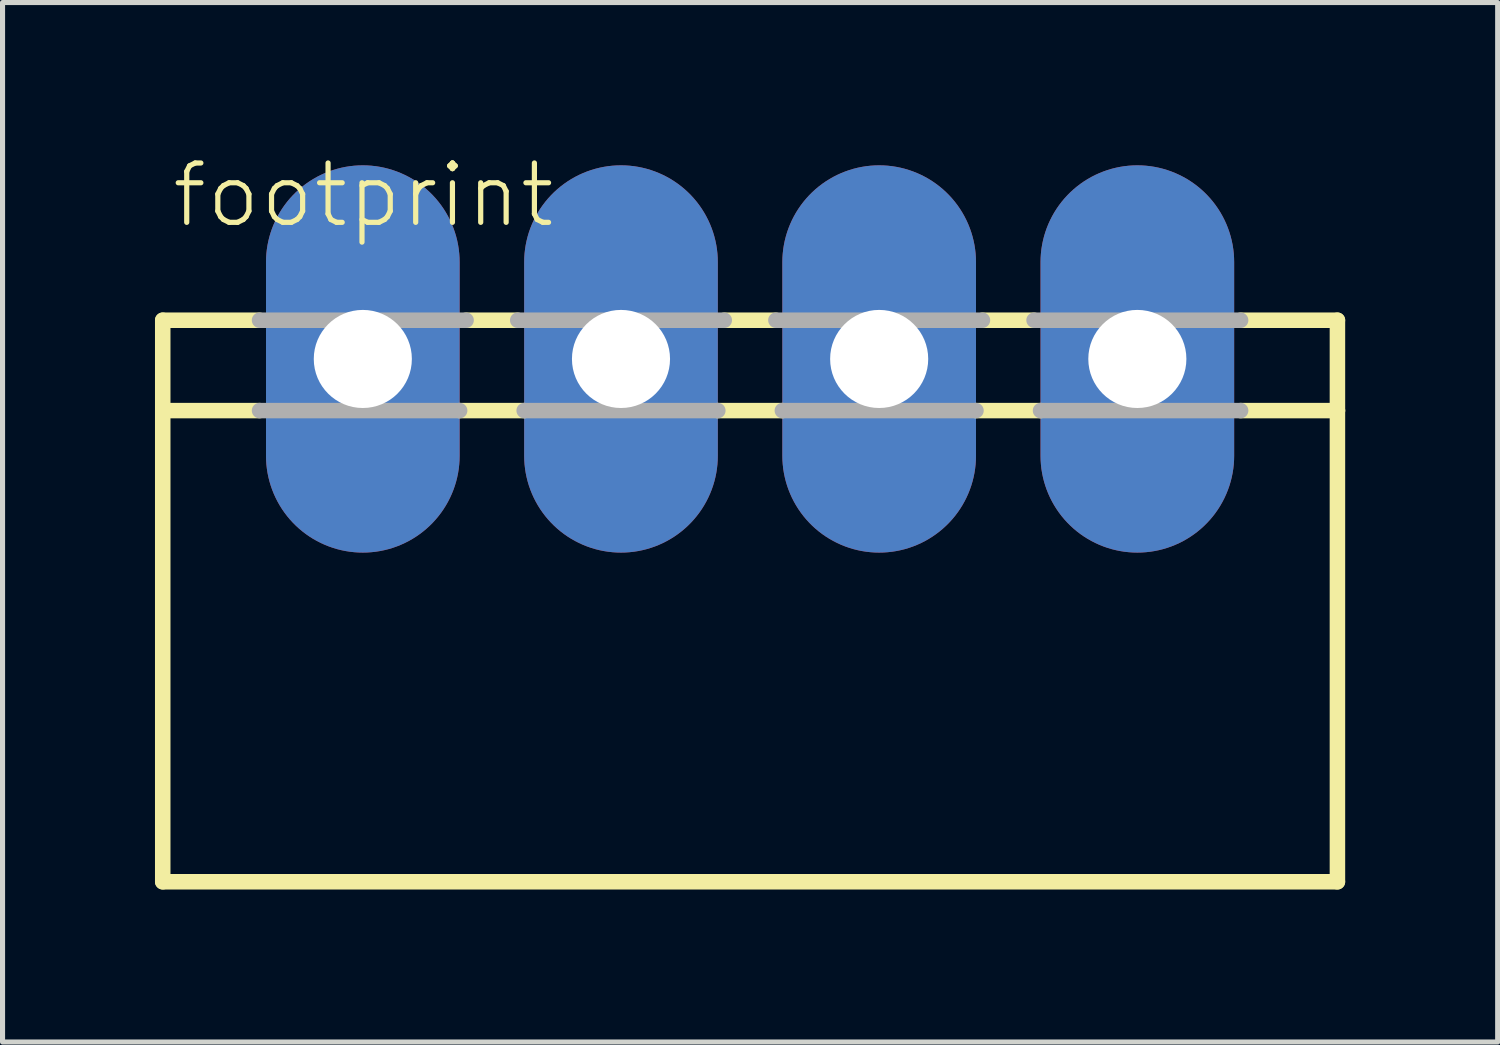
<source format=kicad_pcb>
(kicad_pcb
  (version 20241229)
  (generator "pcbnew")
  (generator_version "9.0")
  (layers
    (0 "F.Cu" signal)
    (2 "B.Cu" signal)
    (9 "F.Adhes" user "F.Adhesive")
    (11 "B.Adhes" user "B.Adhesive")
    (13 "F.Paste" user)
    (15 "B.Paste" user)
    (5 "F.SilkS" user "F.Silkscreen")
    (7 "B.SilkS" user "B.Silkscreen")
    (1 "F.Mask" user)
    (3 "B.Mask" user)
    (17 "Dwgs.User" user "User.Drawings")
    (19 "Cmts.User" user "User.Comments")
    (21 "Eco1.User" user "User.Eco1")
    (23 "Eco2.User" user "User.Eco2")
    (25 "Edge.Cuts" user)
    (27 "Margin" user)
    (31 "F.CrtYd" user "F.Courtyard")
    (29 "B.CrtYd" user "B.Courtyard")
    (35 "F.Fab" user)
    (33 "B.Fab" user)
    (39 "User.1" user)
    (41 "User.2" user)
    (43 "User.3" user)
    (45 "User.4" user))
  (footprint "footprint"
    (layer "F.Cu")
    (at 11.709 4.013)
    (property "Reference" "footprint" (at -11.43 -2.54 0) (layer "F.SilkS") (effects (font (size 1.168 1.168) (thickness 0.102)) (justify left bottom)))
    (fp_line (start -11.557 -0.762) (end -9.652 -0.762) (stroke (width 0.305) (type solid)) (layer "F.SilkS"))
    (fp_line (start -11.557 10.287) (end -11.557 -0.762) (stroke (width 0.305) (type solid)) (layer "F.SilkS"))
    (fp_line (start -11.43 1.016) (end -9.652 1.016) (stroke (width 0.305) (type solid)) (layer "F.SilkS"))
    (fp_line (start -5.715 1.016) (end -4.445 1.016) (stroke (width 0.305) (type solid)) (layer "F.SilkS"))
    (fp_line (start -5.588 -0.762) (end -4.572 -0.762) (stroke (width 0.305) (type solid)) (layer "F.SilkS"))
    (fp_line (start -0.635 1.016) (end 0.635 1.016) (stroke (width 0.305) (type solid)) (layer "F.SilkS"))
    (fp_line (start -0.508 -0.762) (end 0.508 -0.762) (stroke (width 0.305) (type solid)) (layer "F.SilkS"))
    (fp_line (start 4.445 1.016) (end 5.715 1.016) (stroke (width 0.305) (type solid)) (layer "F.SilkS"))
    (fp_line (start 4.572 -0.762) (end 5.588 -0.762) (stroke (width 0.305) (type solid)) (layer "F.SilkS"))
    (fp_line (start 9.652 -0.762) (end 11.557 -0.762) (stroke (width 0.305) (type solid)) (layer "F.SilkS"))
    (fp_line (start 9.652 1.016) (end 11.557 1.016) (stroke (width 0.305) (type solid)) (layer "F.SilkS"))
    (fp_line (start 11.557 -0.762) (end 11.557 1.016) (stroke (width 0.305) (type solid)) (layer "F.SilkS"))
    (fp_line (start 11.557 1.016) (end 11.557 10.287) (stroke (width 0.305) (type solid)) (layer "F.SilkS"))
    (fp_line (start 11.557 10.287) (end -11.557 10.287) (stroke (width 0.305) (type solid)) (layer "F.SilkS"))
    (fp_line (start -9.652 -0.762) (end -5.588 -0.762) (stroke (width 0.305) (type solid)) (layer "F.Fab"))
    (fp_line (start -9.652 1.016) (end -5.715 1.016) (stroke (width 0.305) (type solid)) (layer "F.Fab"))
    (fp_line (start -4.572 -0.762) (end -0.508 -0.762) (stroke (width 0.305) (type solid)) (layer "F.Fab"))
    (fp_line (start -4.445 1.016) (end -0.635 1.016) (stroke (width 0.305) (type solid)) (layer "F.Fab"))
    (fp_line (start 0.508 -0.762) (end 4.572 -0.762) (stroke (width 0.305) (type solid)) (layer "F.Fab"))
    (fp_line (start 0.635 1.016) (end 4.445 1.016) (stroke (width 0.305) (type solid)) (layer "F.Fab"))
    (fp_line (start 5.588 -0.762) (end 9.652 -0.762) (stroke (width 0.305) (type solid)) (layer "F.Fab"))
    (fp_line (start 5.715 1.016) (end 9.652 1.016) (stroke (width 0.305) (type solid)) (layer "F.Fab"))
    (pad "1" thru_hole oval (at 7.62 0 90) (size 7.62 3.81) (drill 1.93) (layers "*.Cu" "*.Mask"))
    (pad "2" thru_hole oval (at 2.54 0 90) (size 7.62 3.81) (drill 1.93) (layers "*.Cu" "*.Mask"))
    (pad "3" thru_hole oval (at -2.54 0 90) (size 7.62 3.81) (drill 1.93) (layers "*.Cu" "*.Mask"))
    (pad "4" thru_hole oval (at -7.62 0 90) (size 7.62 3.81) (drill 1.93) (layers "*.Cu" "*.Mask")))
  (gr_rect
    (start -3 -3)
    (end 26.419 17.453)
    (stroke (width 0.1) (type default))
    (fill no)
    (layer "Edge.Cuts")))
</source>
